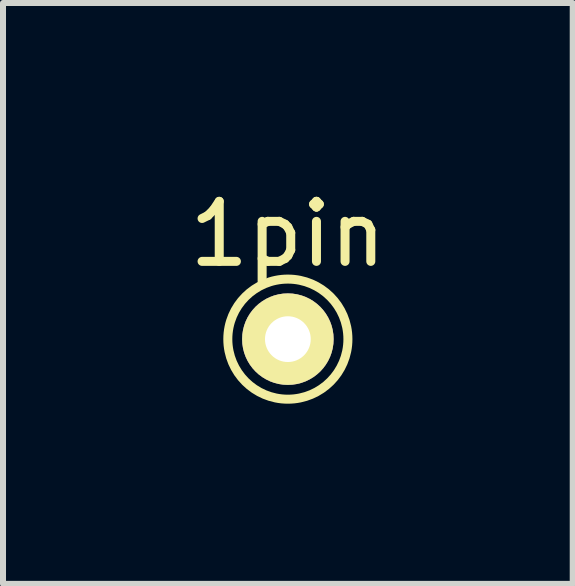
<source format=kicad_pcb>
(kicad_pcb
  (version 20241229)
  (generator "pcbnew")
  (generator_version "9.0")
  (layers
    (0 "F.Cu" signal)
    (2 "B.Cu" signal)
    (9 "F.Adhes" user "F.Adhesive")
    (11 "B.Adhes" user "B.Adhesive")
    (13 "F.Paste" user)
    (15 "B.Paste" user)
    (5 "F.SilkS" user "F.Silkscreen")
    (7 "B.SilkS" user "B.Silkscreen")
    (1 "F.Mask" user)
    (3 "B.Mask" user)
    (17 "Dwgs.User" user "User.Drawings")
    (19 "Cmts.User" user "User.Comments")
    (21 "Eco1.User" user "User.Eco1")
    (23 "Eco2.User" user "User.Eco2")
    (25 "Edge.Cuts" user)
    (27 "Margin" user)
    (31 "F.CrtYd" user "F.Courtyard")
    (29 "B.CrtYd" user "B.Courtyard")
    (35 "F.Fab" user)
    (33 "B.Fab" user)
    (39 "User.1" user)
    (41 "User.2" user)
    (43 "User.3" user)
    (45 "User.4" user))
  (footprint "1pin"
    (layer "F.Cu")
    (at 1.744 2.598)
    (property "Reference" "1pin" (at 0 -1.75 0) (layer "F.SilkS") (effects (font (size 1 1) (thickness 0.15))))
    (attr through_hole)
    (fp_circle (center 0 0) (end 0 1) (stroke (width 0.15) (type solid)) (fill no) (layer "F.SilkS"))
    (pad "1" thru_hole circle (at 0 0) (size 1.524 1.524) (drill 0.762) (layers "*.Cu" "*.Mask" "F.SilkS")))
  (gr_rect
    (start -3 -3)
    (end 6.488 6.673)
    (stroke (width 0.1) (type default))
    (fill no)
    (layer "Edge.Cuts")))
</source>
